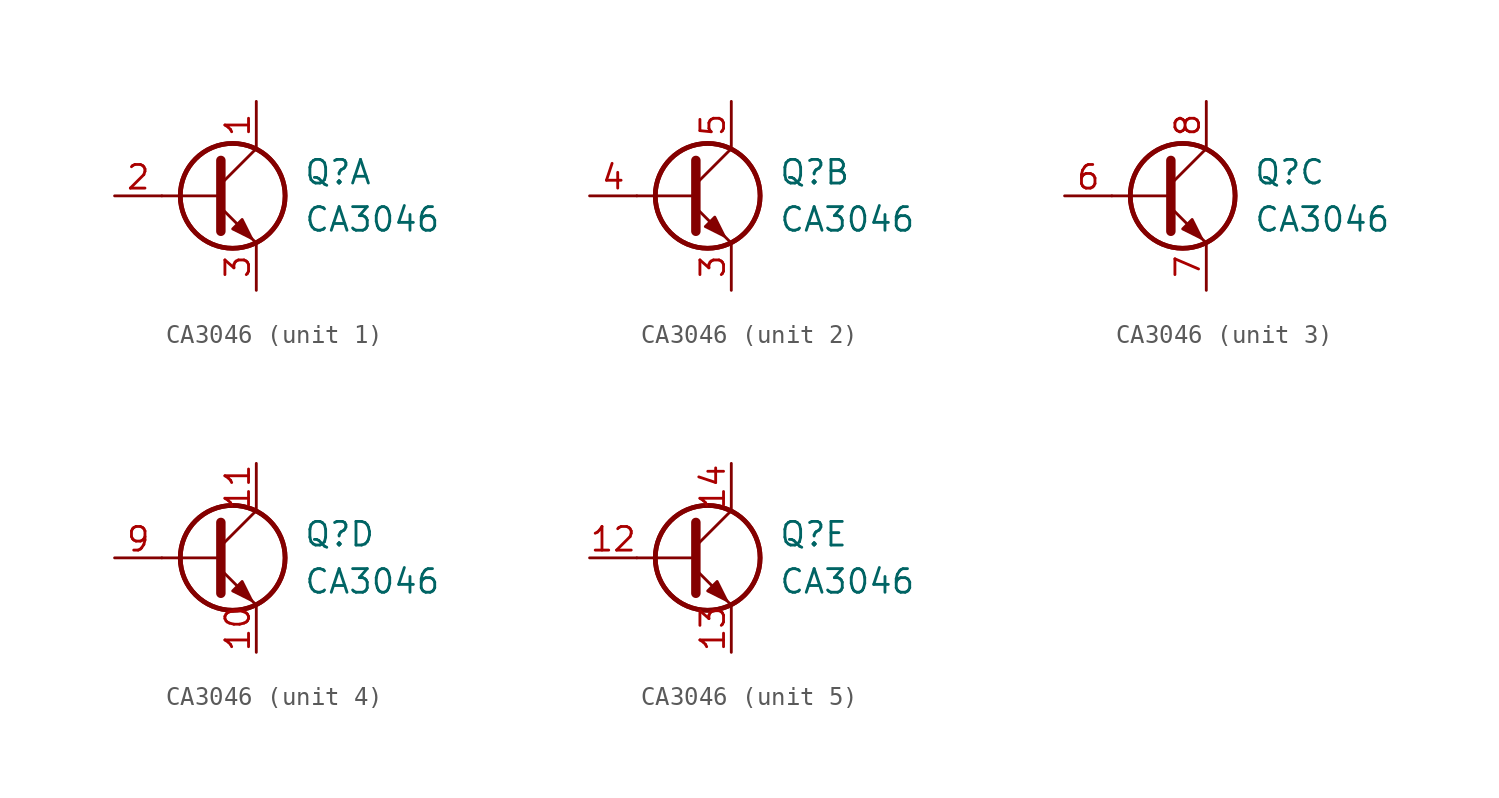
<source format=kicad_sym>
(kicad_symbol_lib
  (version 20201005)
  (generator kicad_symbol_editor)
  (symbol "CA3046"
    (pin_names
      (offset 0) hide)
    (property "Reference" "Q"
      (at 5.08 1.27 0)
      (effects (font (size 1.27 1.27)) (justify left)))
    (property "Value" "CA3046"
      (at 5.08 -1.27 0)
      (effects (font (size 1.27 1.27)) (justify left)))
    (property "ki_locked" ""
      (at 0 0 0)
      (effects (font (size 1.27 1.27))))
    (symbol "CA3046_0_1"
      (circle (center 1.27 0) (radius 2.819) (stroke (width 0.254)) (fill (type none)))
      (circle (center 1.27 0) (radius 2.819) (stroke (width 0.254)) (fill (type none)))
      (polyline (pts (xy 0.635 0) (xy -2.54 0)) (stroke (width 0)) (fill (type none))))
    (symbol "CA3046_1_1"
      (polyline (pts (xy 0.635 0.635) (xy 2.54 2.54)) (stroke (width 0)) (fill (type none)))
      (polyline (pts (xy 0.635 -0.635) (xy 2.54 -2.54) (xy 2.54 -2.54)) (stroke (width 0)) (fill (type none)))
      (polyline (pts (xy 0.635 1.905) (xy 0.635 -1.905) (xy 0.635 -1.905)) (stroke (width 0.508)) (fill (type none)))
      (polyline (pts (xy 1.27 -1.778) (xy 1.778 -1.27) (xy 2.286 -2.286) (xy 1.27 -1.778) (xy 1.27 -1.778)) (stroke (width 0)) (fill (type outline)))
      (pin passive line (at 2.54 5.08 270) (length 2.54) (name "C1" (effects (font (size 1.27 1.27)))) (number "1" (effects (font (size 1.27 1.27)))))
      (pin input line (at -5.08 0 0) (length 2.54) (name "B1" (effects (font (size 1.27 1.27)))) (number "2" (effects (font (size 1.27 1.27)))))
      (pin passive line (at 2.54 -5.08 90) (length 2.54) (name "E3" (effects (font (size 1.27 1.27)))) (number "3" (effects (font (size 1.27 1.27))))))
    (symbol "CA3046_2_1"
      (polyline (pts (xy 0.635 0.635) (xy 2.54 2.54)) (stroke (width 0)) (fill (type none)))
      (polyline (pts (xy 0.635 -0.635) (xy 2.54 -2.54) (xy 2.54 -2.54)) (stroke (width 0)) (fill (type none)))
      (polyline (pts (xy 0.635 1.905) (xy 0.635 -1.905) (xy 0.635 -1.905)) (stroke (width 0.508)) (fill (type none)))
      (polyline (pts (xy 1.143 -1.651) (xy 1.651 -1.143) (xy 2.159 -2.159) (xy 1.143 -1.651) (xy 1.143 -1.651)) (stroke (width 0)) (fill (type outline)))
      (pin passive line (at 2.54 -5.08 90) (length 2.54) (name "E2" (effects (font (size 1.27 1.27)))) (number "3" (effects (font (size 1.27 1.27)))))
      (pin input line (at -5.08 0 0) (length 2.54) (name "B2" (effects (font (size 1.27 1.27)))) (number "4" (effects (font (size 1.27 1.27)))))
      (pin passive line (at 2.54 5.08 270) (length 2.54) (name "C2" (effects (font (size 1.27 1.27)))) (number "5" (effects (font (size 1.27 1.27))))))
    (symbol "CA3046_3_1"
      (polyline (pts (xy 0.635 0.635) (xy 2.54 2.54)) (stroke (width 0)) (fill (type none)))
      (polyline (pts (xy 0.635 -0.635) (xy 2.54 -2.54) (xy 2.54 -2.54)) (stroke (width 0)) (fill (type none)))
      (polyline (pts (xy 0.635 1.905) (xy 0.635 -1.905) (xy 0.635 -1.905)) (stroke (width 0.508)) (fill (type none)))
      (polyline (pts (xy 1.27 -1.778) (xy 1.778 -1.27) (xy 2.286 -2.286) (xy 1.27 -1.778) (xy 1.27 -1.778)) (stroke (width 0)) (fill (type outline)))
      (pin input line (at -5.08 0 0) (length 2.54) (name "B3" (effects (font (size 1.27 1.27)))) (number "6" (effects (font (size 1.27 1.27)))))
      (pin passive line (at 2.54 -5.08 90) (length 2.54) (name "E3" (effects (font (size 1.27 1.27)))) (number "7" (effects (font (size 1.27 1.27)))))
      (pin passive line (at 2.54 5.08 270) (length 2.54) (name "C3" (effects (font (size 1.27 1.27)))) (number "8" (effects (font (size 1.27 1.27))))))
    (symbol "CA3046_4_1"
      (polyline (pts (xy 0.635 0.635) (xy 2.54 2.54)) (stroke (width 0)) (fill (type none)))
      (polyline (pts (xy 0.635 -0.635) (xy 2.54 -2.54) (xy 2.54 -2.54)) (stroke (width 0)) (fill (type none)))
      (polyline (pts (xy 0.635 1.905) (xy 0.635 -1.905) (xy 0.635 -1.905)) (stroke (width 0.508)) (fill (type none)))
      (polyline (pts (xy 1.27 -1.778) (xy 1.778 -1.27) (xy 2.286 -2.286) (xy 1.27 -1.778) (xy 1.27 -1.778)) (stroke (width 0)) (fill (type outline)))
      (pin passive line (at 2.54 -5.08 90) (length 2.54) (name "E4" (effects (font (size 1.27 1.27)))) (number "10" (effects (font (size 1.27 1.27)))))
      (pin passive line (at 2.54 5.08 270) (length 2.54) (name "C4" (effects (font (size 1.27 1.27)))) (number "11" (effects (font (size 1.27 1.27)))))
      (pin input line (at -5.08 0 0) (length 2.54) (name "B4" (effects (font (size 1.27 1.27)))) (number "9" (effects (font (size 1.27 1.27))))))
    (symbol "CA3046_5_1"
      (polyline (pts (xy 0.635 0.635) (xy 2.54 2.54)) (stroke (width 0)) (fill (type none)))
      (polyline (pts (xy 0.635 -0.635) (xy 2.54 -2.54) (xy 2.54 -2.54)) (stroke (width 0)) (fill (type none)))
      (polyline (pts (xy 0.635 1.905) (xy 0.635 -1.905) (xy 0.635 -1.905)) (stroke (width 0.508)) (fill (type none)))
      (polyline (pts (xy 1.27 -1.778) (xy 1.778 -1.27) (xy 2.286 -2.286) (xy 1.27 -1.778) (xy 1.27 -1.778)) (stroke (width 0)) (fill (type outline)))
      (pin input line (at -5.08 0 0) (length 2.54) (name "B5" (effects (font (size 1.27 1.27)))) (number "12" (effects (font (size 1.27 1.27)))))
      (pin passive line (at 2.54 -5.08 90) (length 2.54) (name "E5" (effects (font (size 1.27 1.27)))) (number "13" (effects (font (size 1.27 1.27)))))
      (pin passive line (at 2.54 5.08 270) (length 2.54) (name "C5" (effects (font (size 1.27 1.27)))) (number "14" (effects (font (size 1.27 1.27))))))))
</source>
